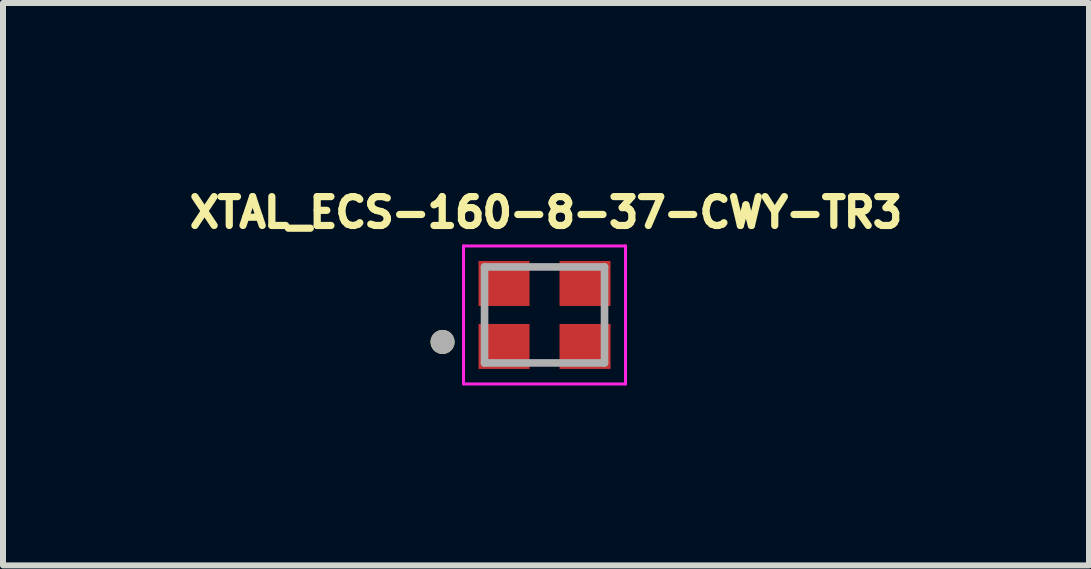
<source format=kicad_pcb>
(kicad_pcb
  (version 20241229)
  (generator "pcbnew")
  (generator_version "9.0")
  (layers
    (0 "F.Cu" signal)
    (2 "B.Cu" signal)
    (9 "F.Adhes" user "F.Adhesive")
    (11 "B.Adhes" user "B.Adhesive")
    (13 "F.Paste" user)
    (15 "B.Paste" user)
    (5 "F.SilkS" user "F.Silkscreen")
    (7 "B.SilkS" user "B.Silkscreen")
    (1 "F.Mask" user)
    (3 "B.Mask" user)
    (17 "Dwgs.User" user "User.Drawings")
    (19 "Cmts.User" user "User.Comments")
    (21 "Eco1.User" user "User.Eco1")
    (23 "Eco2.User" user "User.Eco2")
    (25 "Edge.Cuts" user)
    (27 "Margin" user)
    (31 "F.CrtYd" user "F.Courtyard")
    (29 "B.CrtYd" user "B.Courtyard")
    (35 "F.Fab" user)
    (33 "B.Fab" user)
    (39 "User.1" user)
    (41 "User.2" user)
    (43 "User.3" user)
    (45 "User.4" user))
  (footprint "XTAL_ECS-160-8-37-CWY-TR3"
    (layer "F.Cu")
    (at 6.027 2.2)
    (property "Reference" "XTAL_ECS-160-8-37-CWY-TR3" (at 0.024 -1.708 0) (layer "F.SilkS") (effects (font (size 0.481 0.481) (thickness 0.15))))
    (attr smd)
    (fp_circle (center -1.7 0.45) (end -1.6 0.45) (stroke (width 0.2) (type solid)) (fill no) (layer "F.SilkS"))
    (fp_line (start -1.35 -1.15) (end -1.35 1.15) (stroke (width 0.05) (type solid)) (layer "F.CrtYd"))
    (fp_line (start -1.35 1.15) (end 1.35 1.15) (stroke (width 0.05) (type solid)) (layer "F.CrtYd"))
    (fp_line (start 1.35 -1.15) (end -1.35 -1.15) (stroke (width 0.05) (type solid)) (layer "F.CrtYd"))
    (fp_line (start 1.35 1.15) (end 1.35 -1.15) (stroke (width 0.05) (type solid)) (layer "F.CrtYd"))
    (fp_line (start -1 -0.8) (end -1 0.8) (stroke (width 0.127) (type solid)) (layer "F.Fab"))
    (fp_line (start -1 0.8) (end 1 0.8) (stroke (width 0.127) (type solid)) (layer "F.Fab"))
    (fp_line (start 1 -0.8) (end -1 -0.8) (stroke (width 0.127) (type solid)) (layer "F.Fab"))
    (fp_line (start 1 0.8) (end 1 -0.8) (stroke (width 0.127) (type solid)) (layer "F.Fab"))
    (fp_circle (center -1.7 0.45) (end -1.6 0.45) (stroke (width 0.2) (type solid)) (fill no) (layer "F.Fab"))
    (pad "1" smd rect (at -0.675 0.525) (size 0.85 0.75) (layers "F.Cu" "F.Mask" "F.Paste"))
    (pad "2" smd rect (at 0.675 0.525) (size 0.85 0.75) (layers "F.Cu" "F.Mask" "F.Paste"))
    (pad "3" smd rect (at 0.675 -0.525) (size 0.85 0.75) (layers "F.Cu" "F.Mask" "F.Paste"))
    (pad "4" smd rect (at -0.675 -0.525) (size 0.85 0.75) (layers "F.Cu" "F.Mask" "F.Paste")))
  (gr_rect
    (start -3 -3)
    (end 15.103 6.375)
    (stroke (width 0.1) (type default))
    (fill no)
    (layer "Edge.Cuts")))
</source>
